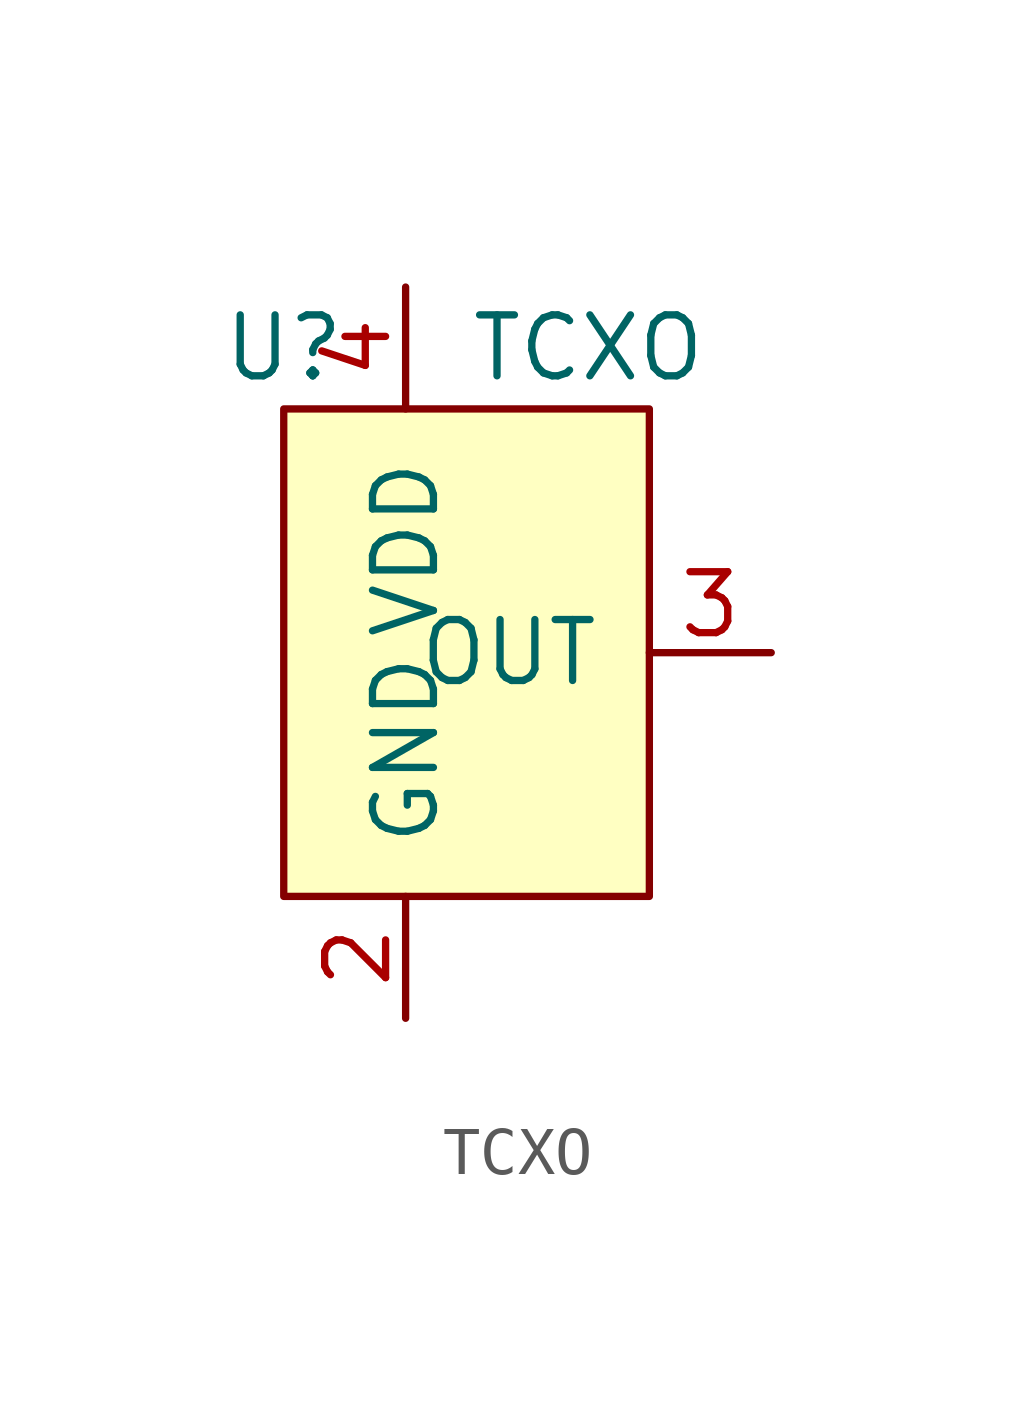
<source format=kicad_sym>
(kicad_symbol_lib
  (version 20211014)
  (generator kicad_symbol_editor)
  (symbol "TCXO"
    (pin_names
      (offset 1.016))
    (property "Reference" "U"
      (at -2.54 6.35 0)
      (effects (font (size 1.27 1.27))))
    (property "Value" "TCXO"
      (at 3.81 6.35 0)
      (effects (font (size 1.27 1.27))))
    (symbol "TCXO_0_1"
      (rectangle (start 5.08 5.08) (end -2.54 -5.08) (stroke (width 0) (type default) (color 0 0 0 0)) (fill (type background))))
    (symbol "TCXO_1_1"
      (pin no_connect line (at 2.54 1.27 270) (length 2.54) hide (name "NC" (effects (font (size 1.27 1.27)))) (number "1" (effects (font (size 1.27 1.27)))))
      (pin power_in line (at 0 -7.62 90) (length 2.54) (name "GND" (effects (font (size 1.27 1.27)))) (number "2" (effects (font (size 1.27 1.27)))))
      (pin output line (at 7.62 0 180) (length 2.54) (name "OUT" (effects (font (size 1.27 1.27)))) (number "3" (effects (font (size 1.27 1.27)))))
      (pin power_in line (at 0 7.62 270) (length 2.54) (name "VDD" (effects (font (size 1.27 1.27)))) (number "4" (effects (font (size 1.27 1.27))))))))
</source>
